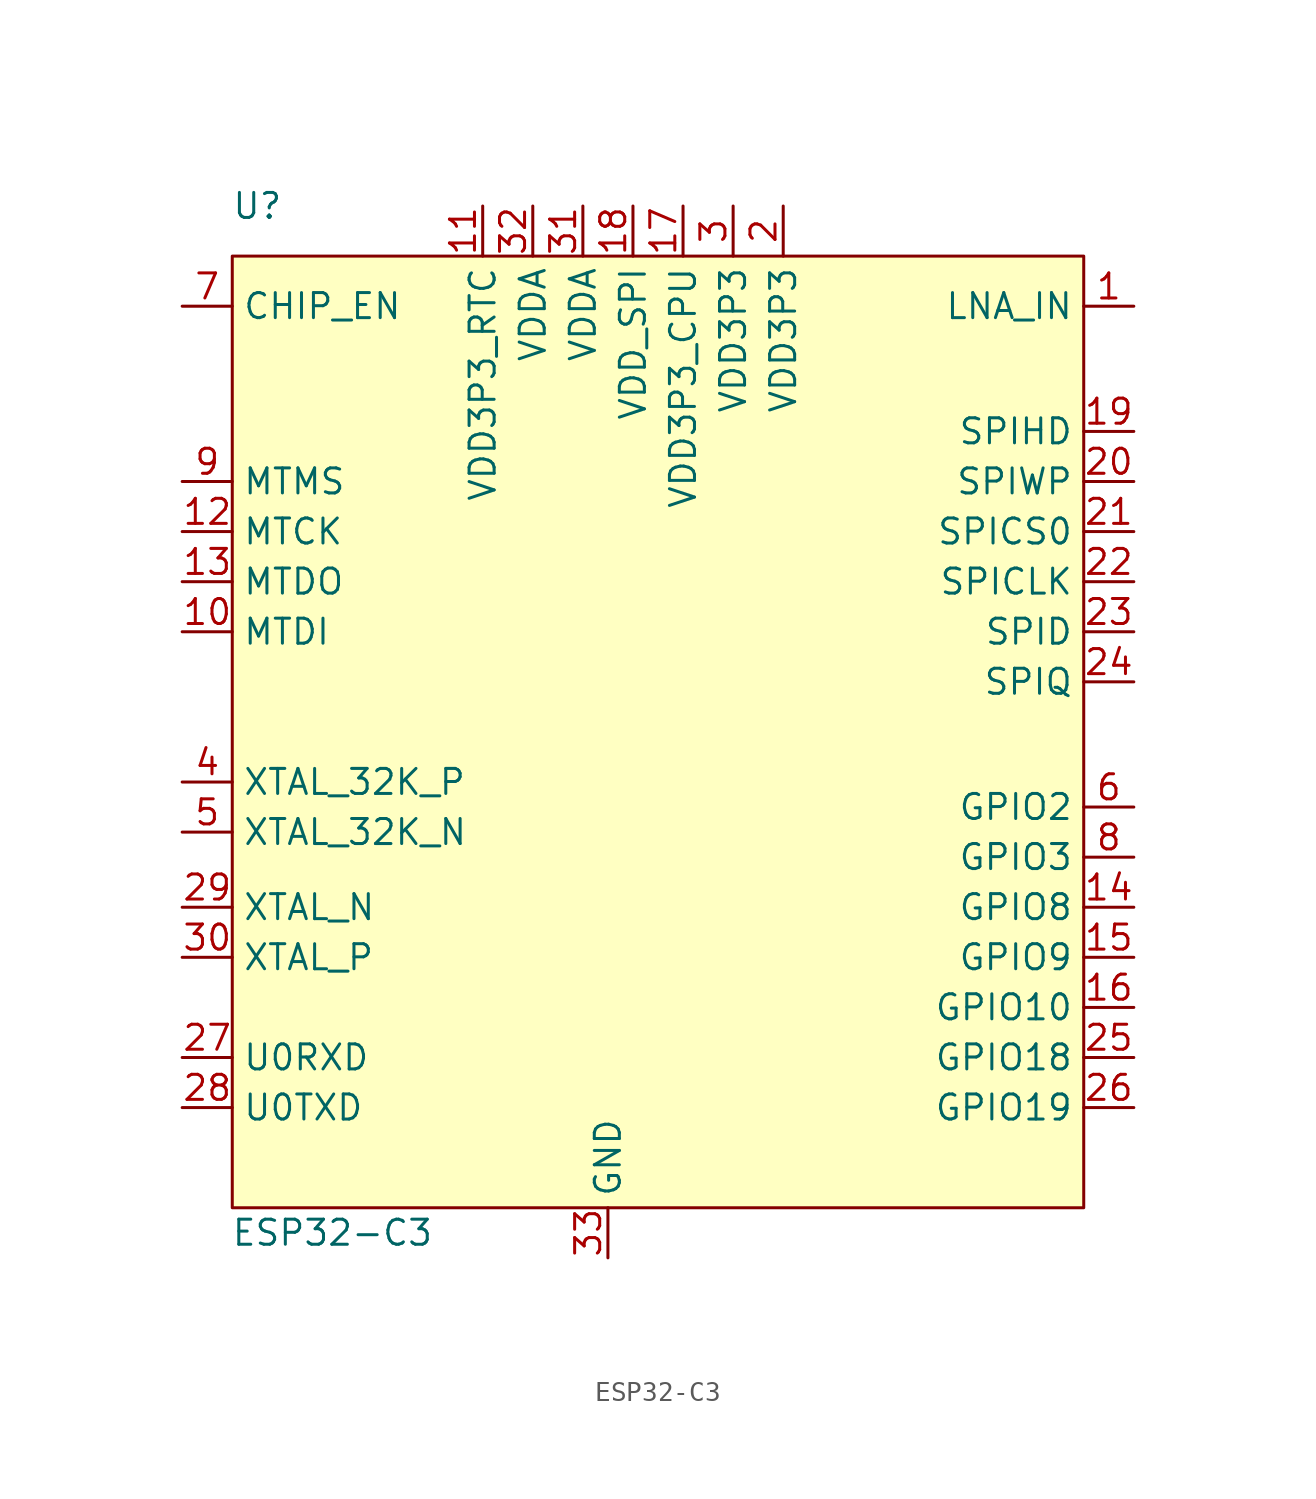
<source format=kicad_sym>
(kicad_symbol_lib
  (version 20211014)
  (generator kicad_symbol_editor)
  (symbol "ESP32-C3"
    (property "Reference" "U"
      (at 8.89 2.54 0)
      (effects (font (size 1.27 1.27))))
    (property "Value" "ESP32-C3"
      (at 12.7 -49.53 0)
      (effects (font (size 1.27 1.27))))
    (symbol "ESP32-C3_0_0"
      (pin unspecified line (at 53.34 -2.54 180) (length 2.54) (name "LNA_IN" (effects (font (size 1.27 1.27)))) (number "1" (effects (font (size 1.27 1.27)))))
      (pin unspecified line (at 5.08 -19.05 0) (length 2.54) (name "MTDI" (effects (font (size 1.27 1.27)))) (number "10" (effects (font (size 1.27 1.27)))))
      (pin unspecified line (at 20.32 2.54 270) (length 2.54) (name "VDD3P3_RTC" (effects (font (size 1.27 1.27)))) (number "11" (effects (font (size 1.27 1.27)))))
      (pin unspecified line (at 5.08 -13.97 0) (length 2.54) (name "MTCK" (effects (font (size 1.27 1.27)))) (number "12" (effects (font (size 1.27 1.27)))))
      (pin unspecified line (at 5.08 -16.51 0) (length 2.54) (name "MTDO" (effects (font (size 1.27 1.27)))) (number "13" (effects (font (size 1.27 1.27)))))
      (pin unspecified line (at 53.34 -33.02 180) (length 2.54) (name "GPIO8" (effects (font (size 1.27 1.27)))) (number "14" (effects (font (size 1.27 1.27)))))
      (pin unspecified line (at 53.34 -35.56 180) (length 2.54) (name "GPIO9" (effects (font (size 1.27 1.27)))) (number "15" (effects (font (size 1.27 1.27)))))
      (pin unspecified line (at 53.34 -38.1 180) (length 2.54) (name "GPIO10" (effects (font (size 1.27 1.27)))) (number "16" (effects (font (size 1.27 1.27)))))
      (pin unspecified line (at 30.48 2.54 270) (length 2.54) (name "VDD3P3_CPU" (effects (font (size 1.27 1.27)))) (number "17" (effects (font (size 1.27 1.27)))))
      (pin unspecified line (at 27.94 2.54 270) (length 2.54) (name "VDD_SPI" (effects (font (size 1.27 1.27)))) (number "18" (effects (font (size 1.27 1.27)))))
      (pin unspecified line (at 53.34 -8.89 180) (length 2.54) (name "SPIHD" (effects (font (size 1.27 1.27)))) (number "19" (effects (font (size 1.27 1.27)))))
      (pin unspecified line (at 35.56 2.54 270) (length 2.54) (name "VDD3P3" (effects (font (size 1.27 1.27)))) (number "2" (effects (font (size 1.27 1.27)))))
      (pin unspecified line (at 53.34 -11.43 180) (length 2.54) (name "SPIWP" (effects (font (size 1.27 1.27)))) (number "20" (effects (font (size 1.27 1.27)))))
      (pin unspecified line (at 53.34 -13.97 180) (length 2.54) (name "SPICS0" (effects (font (size 1.27 1.27)))) (number "21" (effects (font (size 1.27 1.27)))))
      (pin unspecified line (at 53.34 -16.51 180) (length 2.54) (name "SPICLK" (effects (font (size 1.27 1.27)))) (number "22" (effects (font (size 1.27 1.27)))))
      (pin unspecified line (at 53.34 -19.05 180) (length 2.54) (name "SPID" (effects (font (size 1.27 1.27)))) (number "23" (effects (font (size 1.27 1.27)))))
      (pin unspecified line (at 53.34 -21.59 180) (length 2.54) (name "SPIQ" (effects (font (size 1.27 1.27)))) (number "24" (effects (font (size 1.27 1.27)))))
      (pin unspecified line (at 53.34 -40.64 180) (length 2.54) (name "GPIO18" (effects (font (size 1.27 1.27)))) (number "25" (effects (font (size 1.27 1.27)))))
      (pin unspecified line (at 53.34 -43.18 180) (length 2.54) (name "GPIO19" (effects (font (size 1.27 1.27)))) (number "26" (effects (font (size 1.27 1.27)))))
      (pin unspecified line (at 5.08 -40.64 0) (length 2.54) (name "U0RXD" (effects (font (size 1.27 1.27)))) (number "27" (effects (font (size 1.27 1.27)))))
      (pin unspecified line (at 5.08 -43.18 0) (length 2.54) (name "U0TXD" (effects (font (size 1.27 1.27)))) (number "28" (effects (font (size 1.27 1.27)))))
      (pin unspecified line (at 5.08 -33.02 0) (length 2.54) (name "XTAL_N" (effects (font (size 1.27 1.27)))) (number "29" (effects (font (size 1.27 1.27)))))
      (pin unspecified line (at 33.02 2.54 270) (length 2.54) (name "VDD3P3" (effects (font (size 1.27 1.27)))) (number "3" (effects (font (size 1.27 1.27)))))
      (pin unspecified line (at 5.08 -35.56 0) (length 2.54) (name "XTAL_P" (effects (font (size 1.27 1.27)))) (number "30" (effects (font (size 1.27 1.27)))))
      (pin unspecified line (at 25.4 2.54 270) (length 2.54) (name "VDDA" (effects (font (size 1.27 1.27)))) (number "31" (effects (font (size 1.27 1.27)))))
      (pin unspecified line (at 22.86 2.54 270) (length 2.54) (name "VDDA" (effects (font (size 1.27 1.27)))) (number "32" (effects (font (size 1.27 1.27)))))
      (pin unspecified line (at 26.67 -50.8 90) (length 2.54) (name "GND" (effects (font (size 1.27 1.27)))) (number "33" (effects (font (size 1.27 1.27)))))
      (pin unspecified line (at 5.08 -26.67 0) (length 2.54) (name "XTAL_32K_P" (effects (font (size 1.27 1.27)))) (number "4" (effects (font (size 1.27 1.27)))))
      (pin unspecified line (at 5.08 -29.21 0) (length 2.54) (name "XTAL_32K_N" (effects (font (size 1.27 1.27)))) (number "5" (effects (font (size 1.27 1.27)))))
      (pin unspecified line (at 53.34 -27.94 180) (length 2.54) (name "GPIO2" (effects (font (size 1.27 1.27)))) (number "6" (effects (font (size 1.27 1.27)))))
      (pin unspecified line (at 5.08 -2.54 0) (length 2.54) (name "CHIP_EN" (effects (font (size 1.27 1.27)))) (number "7" (effects (font (size 1.27 1.27)))))
      (pin unspecified line (at 53.34 -30.48 180) (length 2.54) (name "GPIO3" (effects (font (size 1.27 1.27)))) (number "8" (effects (font (size 1.27 1.27)))))
      (pin unspecified line (at 5.08 -11.43 0) (length 2.54) (name "MTMS" (effects (font (size 1.27 1.27)))) (number "9" (effects (font (size 1.27 1.27))))))
    (symbol "ESP32-C3_0_1"
      (rectangle (start 7.62 -48.26) (end 50.8 0) (stroke (width 0) (type default) (color 0 0 0 0)) (fill (type background))))))
</source>
